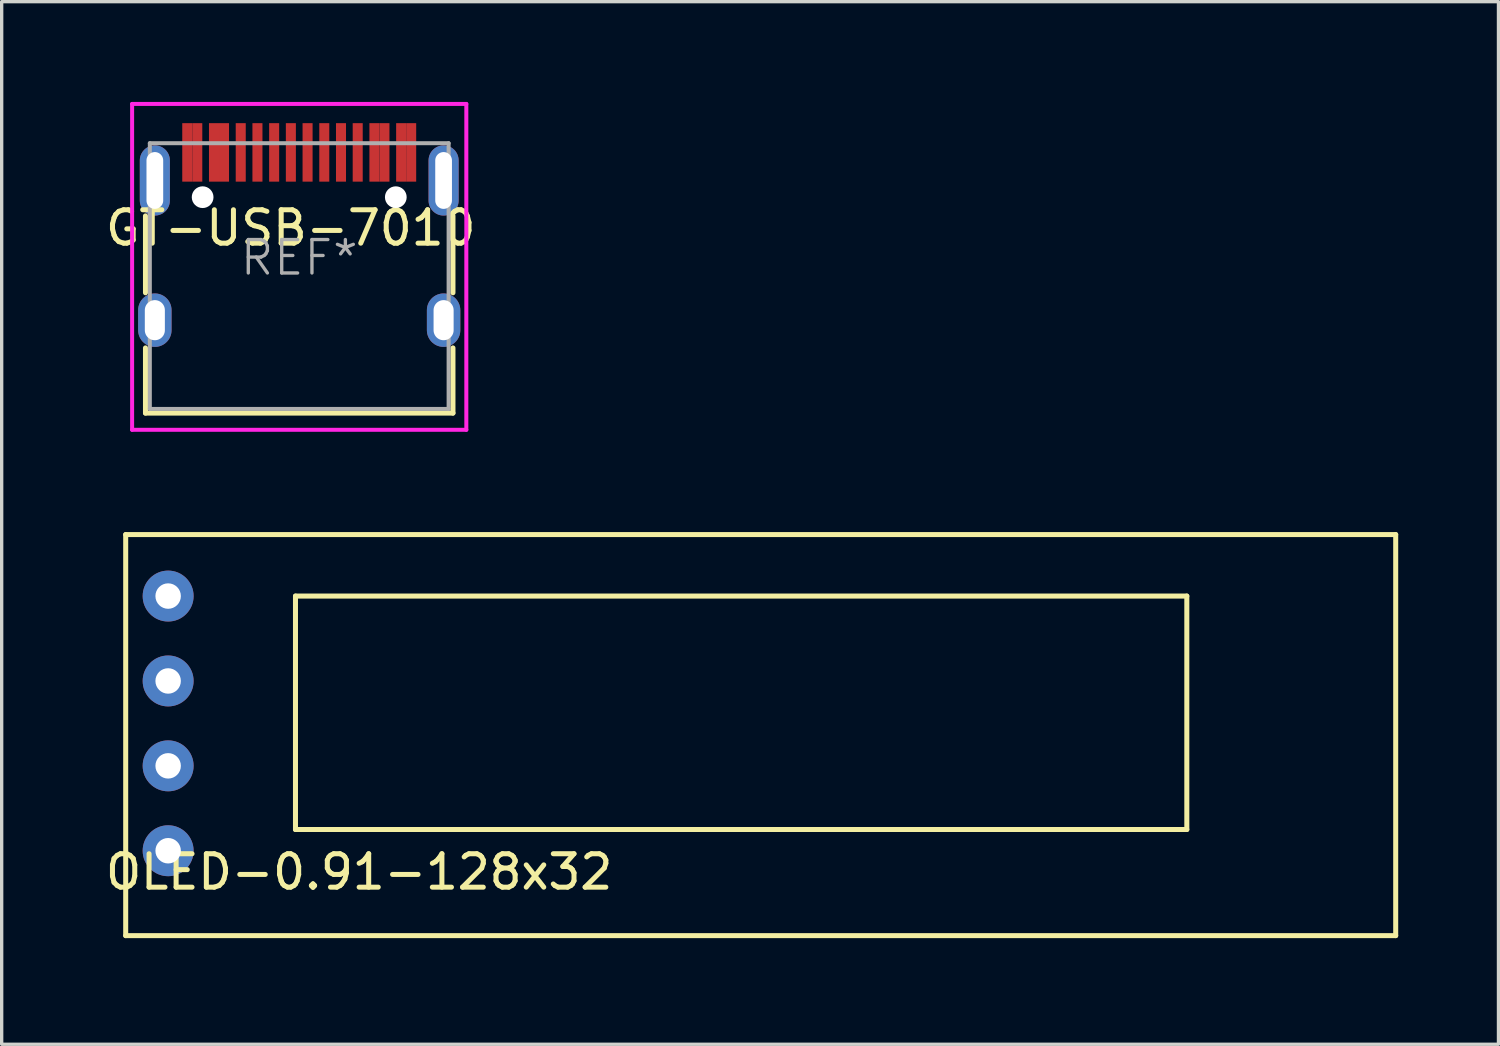
<source format=kicad_pcb>
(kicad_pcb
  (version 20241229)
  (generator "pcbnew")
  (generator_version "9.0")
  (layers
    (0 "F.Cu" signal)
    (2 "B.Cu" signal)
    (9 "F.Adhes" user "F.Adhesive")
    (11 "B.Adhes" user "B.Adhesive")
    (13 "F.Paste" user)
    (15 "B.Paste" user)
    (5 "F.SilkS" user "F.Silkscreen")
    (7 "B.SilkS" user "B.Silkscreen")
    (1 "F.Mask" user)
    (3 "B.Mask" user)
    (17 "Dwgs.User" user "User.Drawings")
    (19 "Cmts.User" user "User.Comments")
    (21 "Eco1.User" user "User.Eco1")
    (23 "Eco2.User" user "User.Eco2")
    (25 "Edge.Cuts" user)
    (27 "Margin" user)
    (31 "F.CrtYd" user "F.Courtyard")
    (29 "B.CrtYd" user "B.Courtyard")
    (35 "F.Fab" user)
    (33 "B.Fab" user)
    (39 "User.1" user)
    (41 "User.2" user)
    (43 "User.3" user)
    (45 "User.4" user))
  (footprint "GT-USB-7010"
    (layer "F.Cu")
    (at 5.903 4.66)
    (property "Reference" "GT-USB-7010" (at -0.254 -0.889 180) (layer "F.SilkS") (effects (font (size 1 1) (thickness 0.15))))
    (attr through_hole)
    (fp_line (start -4.6 1.05) (end -4.6 -1.25) (stroke (width 0.15) (type solid)) (layer "F.SilkS"))
    (fp_line (start -4.6 4.65) (end -4.6 2.7) (stroke (width 0.15) (type solid)) (layer "F.SilkS"))
    (fp_line (start 4.6 1.05) (end 4.6 -1.25) (stroke (width 0.15) (type solid)) (layer "F.SilkS"))
    (fp_line (start 4.6 4.65) (end -4.6 4.65) (stroke (width 0.15) (type solid)) (layer "F.SilkS"))
    (fp_line (start 4.6 4.65) (end 4.6 2.7) (stroke (width 0.15) (type solid)) (layer "F.SilkS"))
    (fp_line (start -5 -4.6) (end -5 5.15) (stroke (width 0.12) (type solid)) (layer "F.CrtYd"))
    (fp_line (start -5 -4.6) (end 5 -4.6) (stroke (width 0.12) (type solid)) (layer "F.CrtYd"))
    (fp_line (start -5 5.15) (end 5 5.15) (stroke (width 0.12) (type solid)) (layer "F.CrtYd"))
    (fp_line (start 5 -4.6) (end 5 5.15) (stroke (width 0.12) (type solid)) (layer "F.CrtYd"))
    (fp_line (start -4.47 -3.425) (end -4.47 4.525) (stroke (width 0.12) (type solid)) (layer "F.Fab"))
    (fp_line (start -4.47 -3.425) (end 4.47 -3.425) (stroke (width 0.12) (type solid)) (layer "F.Fab"))
    (fp_line (start 4.47 -3.425) (end 4.47 4.525) (stroke (width 0.12) (type solid)) (layer "F.Fab"))
    (fp_line (start 4.47 4.525) (end -4.47 4.525) (stroke (width 0.12) (type solid)) (layer "F.Fab"))
    (fp_text user "REF*" (at 0 0 180) (layer "F.Fab") (effects (font (size 1 1) (thickness 0.1))))
    (pad "" np_thru_hole circle (at -2.89 -1.81) (size 0.65 0.65) (drill 0.65) (layers "*.Cu" "*.Mask"))
    (pad "" np_thru_hole circle (at 2.89 -1.81) (size 0.65 0.65) (drill 0.65) (layers "*.Cu" "*.Mask"))
    (pad "A1" smd rect (at -3.35 -3.15) (size 0.3 1.75) (layers "F.Cu" "F.Mask" "F.Paste"))
    (pad "A4" smd rect (at -2.55 -3.15) (size 0.3 1.75) (layers "F.Cu" "F.Mask" "F.Paste"))
    (pad "A5" smd rect (at -1.25 -3.15) (size 0.3 1.75) (layers "F.Cu" "F.Mask" "F.Paste"))
    (pad "A6" smd rect (at -0.25 -3.15) (size 0.3 1.75) (layers "F.Cu" "F.Mask" "F.Paste"))
    (pad "A7" smd rect (at 0.25 -3.15) (size 0.3 1.75) (layers "F.Cu" "F.Mask" "F.Paste"))
    (pad "A8" smd rect (at 1.25 -3.15) (size 0.3 1.75) (layers "F.Cu" "F.Mask" "F.Paste"))
    (pad "A9" smd rect (at 2.55 -3.15) (size 0.3 1.75) (layers "F.Cu" "F.Mask" "F.Paste"))
    (pad "A12" smd rect (at 3.35 -3.15) (size 0.3 1.75) (layers "F.Cu" "F.Mask" "F.Paste"))
    (pad "B1" smd rect (at 3.05 -3.15) (size 0.3 1.75) (layers "F.Cu" "F.Mask" "F.Paste"))
    (pad "B4" smd rect (at 2.25 -3.15) (size 0.3 1.75) (layers "F.Cu" "F.Mask" "F.Paste"))
    (pad "B5" smd rect (at 1.75 -3.15) (size 0.3 1.75) (layers "F.Cu" "F.Mask" "F.Paste"))
    (pad "B6" smd rect (at 0.75 -3.15) (size 0.3 1.75) (layers "F.Cu" "F.Mask" "F.Paste"))
    (pad "B7" smd rect (at -0.75 -3.15) (size 0.3 1.75) (layers "F.Cu" "F.Mask" "F.Paste"))
    (pad "B8" smd rect (at -1.75 -3.15) (size 0.3 1.75) (layers "F.Cu" "F.Mask" "F.Paste"))
    (pad "B9" smd rect (at -2.25 -3.15) (size 0.3 1.75) (layers "F.Cu" "F.Mask" "F.Paste"))
    (pad "B12" smd rect (at -3.05 -3.15) (size 0.3 1.75) (layers "F.Cu" "F.Mask" "F.Paste"))
    (pad "S1" thru_hole oval (at -4.32 -2.31) (size 0.9 2.1) (drill oval 0.5 1.7) (layers "*.Cu" "*.Mask"))
    (pad "S1" thru_hole oval (at -4.32 1.87) (size 1 1.6) (drill oval 0.6 1.2) (layers "*.Cu" "*.Mask"))
    (pad "S1" thru_hole oval (at 4.32 -2.31) (size 0.9 2.1) (drill oval 0.5 1.7) (layers "*.Cu" "*.Mask"))
    (pad "S1" thru_hole oval (at 4.32 1.87) (size 1 1.6) (drill oval 0.6 1.2) (layers "*.Cu" "*.Mask")))
  (footprint "OLED-0.91-128x32"
    (layer "F.Cu")
    (at 0.711 24.945)
    (property "Reference" "OLED-0.91-128x32" (at 6.985 -1.905 0) (layer "F.SilkS") (effects (font (size 1 1) (thickness 0.15))))
    (attr through_hole)
    (fp_line (start 0 -12) (end 0 0) (stroke (width 0.15) (type solid)) (layer "F.SilkS"))
    (fp_line (start 0 0) (end 38 0) (stroke (width 0.15) (type solid)) (layer "F.SilkS"))
    (fp_line (start 5.08 -10.16) (end 31.75 -10.16) (stroke (width 0.15) (type solid)) (layer "F.SilkS"))
    (fp_line (start 5.08 -3.175) (end 5.08 -10.16) (stroke (width 0.15) (type solid)) (layer "F.SilkS"))
    (fp_line (start 31.75 -10.16) (end 31.75 -3.175) (stroke (width 0.15) (type solid)) (layer "F.SilkS"))
    (fp_line (start 31.75 -3.175) (end 5.08 -3.175) (stroke (width 0.15) (type solid)) (layer "F.SilkS"))
    (fp_line (start 38 -12) (end 0 -12) (stroke (width 0.15) (type solid)) (layer "F.SilkS"))
    (fp_line (start 38 0) (end 38 -12) (stroke (width 0.15) (type solid)) (layer "F.SilkS"))
    (pad "1" thru_hole circle (at 1.27 -10.16) (size 1.524 1.524) (drill 0.762) (layers "*.Cu" "*.Mask"))
    (pad "2" thru_hole circle (at 1.27 -7.62) (size 1.524 1.524) (drill 0.762) (layers "*.Cu" "*.Mask"))
    (pad "3" thru_hole circle (at 1.27 -5.08) (size 1.524 1.524) (drill 0.762) (layers "*.Cu" "*.Mask"))
    (pad "4" thru_hole circle (at 1.27 -2.54) (size 1.524 1.524) (drill 0.762) (layers "*.Cu" "*.Mask")))
  (gr_rect
    (start -3 -3)
    (end 41.786 28.195)
    (stroke (width 0.1) (type default))
    (fill no)
    (layer "Edge.Cuts")))
</source>
